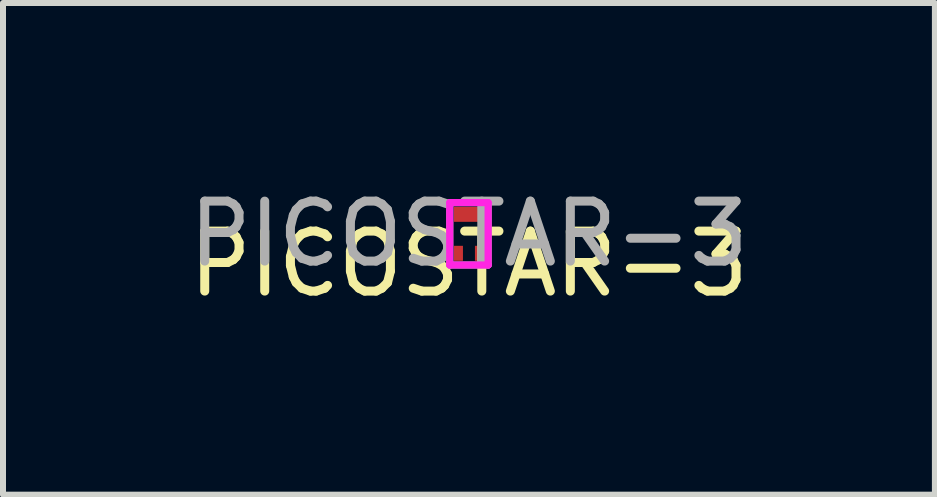
<source format=kicad_pcb>
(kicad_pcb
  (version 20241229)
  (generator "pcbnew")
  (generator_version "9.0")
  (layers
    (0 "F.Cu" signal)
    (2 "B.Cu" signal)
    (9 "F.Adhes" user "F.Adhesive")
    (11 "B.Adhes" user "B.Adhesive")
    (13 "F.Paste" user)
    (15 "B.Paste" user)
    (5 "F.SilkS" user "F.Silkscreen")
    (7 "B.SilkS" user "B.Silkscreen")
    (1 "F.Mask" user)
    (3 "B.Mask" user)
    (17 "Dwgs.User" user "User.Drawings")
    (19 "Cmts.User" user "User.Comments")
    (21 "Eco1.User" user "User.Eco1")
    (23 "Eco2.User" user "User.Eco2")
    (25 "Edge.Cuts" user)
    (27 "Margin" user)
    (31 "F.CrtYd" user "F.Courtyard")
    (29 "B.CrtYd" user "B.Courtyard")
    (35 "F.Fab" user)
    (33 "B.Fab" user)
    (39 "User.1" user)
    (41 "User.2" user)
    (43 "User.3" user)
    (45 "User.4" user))
  (footprint "PICOSTAR-3"
    (layer "F.Cu")
    (at 4.768 0.848)
    (property "Reference" "PICOSTAR-3" (at 0 0.5 0) (layer "F.SilkS") (effects (font (size 1 1) (thickness 0.15))))
    (attr through_hole)
    (fp_line (start -0.32 -0.52) (end 0.32 -0.52) (stroke (width 0.12) (type solid)) (layer "F.CrtYd"))
    (fp_line (start -0.32 0.52) (end -0.32 -0.52) (stroke (width 0.12) (type solid)) (layer "F.CrtYd"))
    (fp_line (start -0.32 0.52) (end 0.32 0.52) (stroke (width 0.12) (type solid)) (layer "F.CrtYd"))
    (fp_line (start 0.32 -0.52) (end 0.32 0.52) (stroke (width 0.12) (type solid)) (layer "F.CrtYd"))
    (fp_line (start -0.32 -0.52) (end 0.32 -0.52) (stroke (width 0.12) (type solid)) (layer "F.Fab"))
    (fp_line (start -0.32 0.52) (end -0.32 -0.52) (stroke (width 0.12) (type solid)) (layer "F.Fab"))
    (fp_line (start -0.32 0.52) (end 0.32 0.52) (stroke (width 0.12) (type solid)) (layer "F.Fab"))
    (fp_line (start 0.32 -0.52) (end 0.32 0.52) (stroke (width 0.12) (type solid)) (layer "F.Fab"))
    (fp_text user "${REFERENCE}" (at 0 0 0) (layer "F.Fab") (effects (font (size 1 1) (thickness 0.15))))
    (pad "1" smd rect (at 0 -0.325) (size 0.5 0.25) (layers "F.Cu" "F.Mask" "F.Paste"))
    (pad "2" smd rect (at -0.175 0.325) (size 0.15 0.25) (layers "F.Cu" "F.Mask" "F.Paste"))
    (pad "3" smd rect (at 0.175 0.325) (size 0.15 0.25) (layers "F.Cu" "F.Mask" "F.Paste")))
  (gr_rect
    (start -3 -3)
    (end 12.536 5.197)
    (stroke (width 0.1) (type default))
    (fill no)
    (layer "Edge.Cuts")))
</source>
